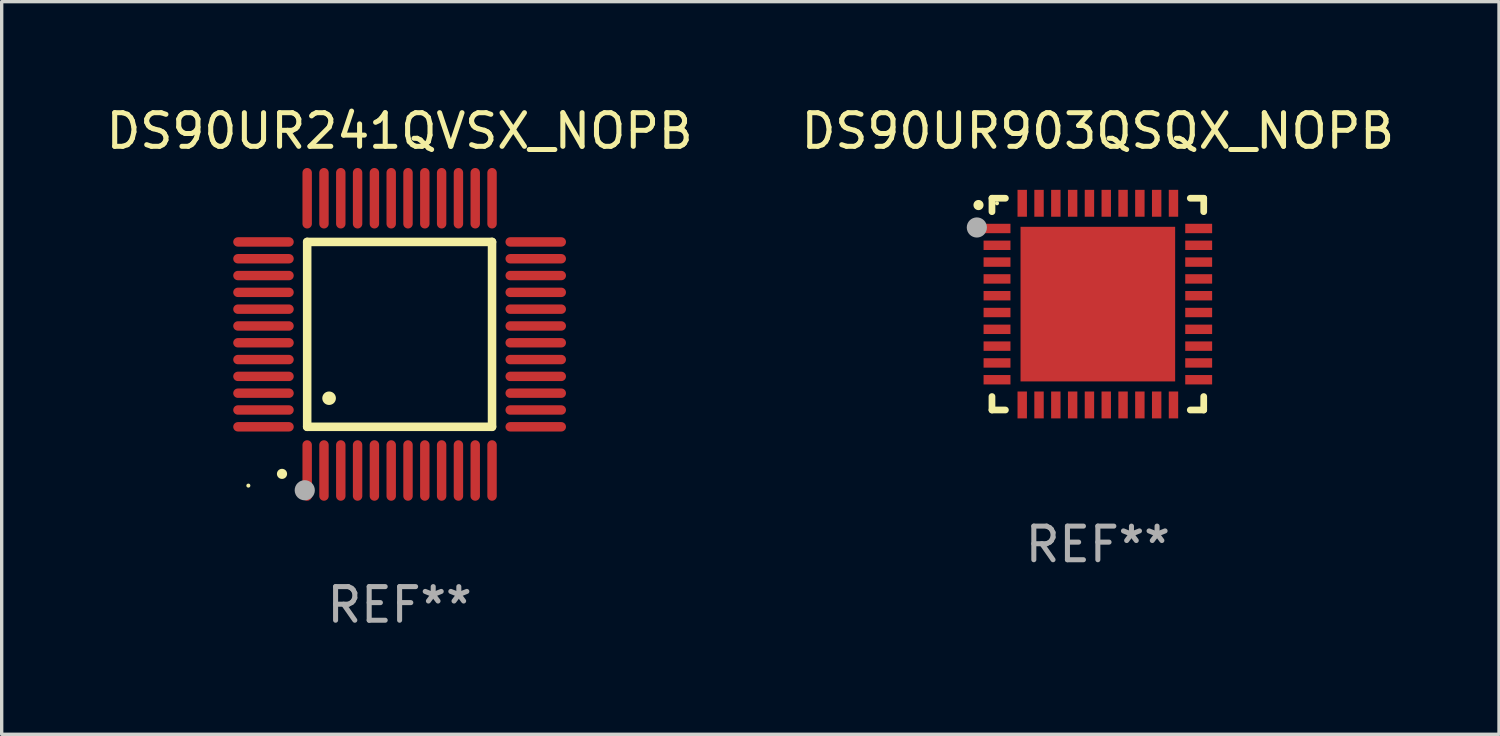
<source format=kicad_pcb>
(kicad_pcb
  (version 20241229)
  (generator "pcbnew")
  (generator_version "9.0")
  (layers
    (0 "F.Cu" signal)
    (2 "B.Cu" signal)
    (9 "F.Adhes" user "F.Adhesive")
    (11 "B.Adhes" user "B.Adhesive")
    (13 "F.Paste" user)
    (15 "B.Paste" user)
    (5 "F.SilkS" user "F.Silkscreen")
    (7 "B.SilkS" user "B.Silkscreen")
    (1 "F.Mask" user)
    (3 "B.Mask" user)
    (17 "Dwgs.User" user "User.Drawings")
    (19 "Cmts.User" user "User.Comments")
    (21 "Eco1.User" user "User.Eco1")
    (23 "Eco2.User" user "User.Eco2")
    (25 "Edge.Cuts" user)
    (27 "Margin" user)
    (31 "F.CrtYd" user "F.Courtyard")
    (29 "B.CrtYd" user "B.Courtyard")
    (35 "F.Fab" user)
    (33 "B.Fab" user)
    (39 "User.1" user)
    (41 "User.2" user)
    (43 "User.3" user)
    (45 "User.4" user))
  (footprint "DS90UR241QVSX_NOPB"
    (layer "F.Cu")
    (at 8.839 6.898)
    (property "Reference" "DS90UR241QVSX_NOPB" (at 0 -6.05 0) (layer "F.SilkS") (effects (font (size 1 1) (thickness 0.15))))
    (attr through_hole)
    (fp_line (start -2.75 -2.75) (end 2.75 -2.75) (stroke (width 0.254) (type solid)) (layer "F.SilkS"))
    (fp_line (start -2.75 2.75) (end -2.75 -2.75) (stroke (width 0.254) (type solid)) (layer "F.SilkS"))
    (fp_line (start 2.75 -2.75) (end 2.75 2.75) (stroke (width 0.254) (type solid)) (layer "F.SilkS"))
    (fp_line (start 2.75 2.75) (end -2.75 2.75) (stroke (width 0.254) (type solid)) (layer "F.SilkS"))
    (fp_arc (start -3.500127 4.150368) (mid -3.498857 4.150363) (end -3.497587 4.150368) (stroke (width 0.3) (type solid)) (layer "F.SilkS"))
    (fp_arc (start -2.100584 1.899924) (mid -2.098044 1.899908) (end -2.095504 1.899924) (stroke (width 0.4) (type solid)) (layer "F.SilkS"))
    (fp_circle (center -4.5 4.5) (end -4.47 4.5) (stroke (width 0.06) (type solid)) (fill no) (layer "F.SilkS"))
    (fp_circle (center -2.822 4.638) (end -2.672 4.638) (stroke (width 0.3) (type solid)) (fill no) (layer "F.Fab"))
    (fp_text user "REF**" (at 0 8.05 0) (layer "F.Fab") (effects (font (size 1 1) (thickness 0.15))))
    (pad "1" smd oval (at -2.75 4.05) (size 0.28 1.8) (layers "F.Cu" "F.Mask" "F.Paste"))
    (pad "2" smd oval (at -2.25 4.05) (size 0.28 1.8) (layers "F.Cu" "F.Mask" "F.Paste"))
    (pad "3" smd oval (at -1.75 4.05) (size 0.28 1.8) (layers "F.Cu" "F.Mask" "F.Paste"))
    (pad "4" smd oval (at -1.25 4.05) (size 0.28 1.8) (layers "F.Cu" "F.Mask" "F.Paste"))
    (pad "5" smd oval (at -0.75 4.05) (size 0.28 1.8) (layers "F.Cu" "F.Mask" "F.Paste"))
    (pad "6" smd oval (at -0.25 4.05) (size 0.28 1.8) (layers "F.Cu" "F.Mask" "F.Paste"))
    (pad "7" smd oval (at 0.25 4.05) (size 0.28 1.8) (layers "F.Cu" "F.Mask" "F.Paste"))
    (pad "8" smd oval (at 0.75 4.05) (size 0.28 1.8) (layers "F.Cu" "F.Mask" "F.Paste"))
    (pad "9" smd oval (at 1.25 4.05) (size 0.28 1.8) (layers "F.Cu" "F.Mask" "F.Paste"))
    (pad "10" smd oval (at 1.75 4.05) (size 0.28 1.8) (layers "F.Cu" "F.Mask" "F.Paste"))
    (pad "11" smd oval (at 2.25 4.05) (size 0.28 1.8) (layers "F.Cu" "F.Mask" "F.Paste"))
    (pad "12" smd oval (at 2.75 4.05) (size 0.28 1.8) (layers "F.Cu" "F.Mask" "F.Paste"))
    (pad "13" smd oval (at 4.05 2.75) (size 1.8 0.28) (layers "F.Cu" "F.Mask" "F.Paste"))
    (pad "14" smd oval (at 4.05 2.25) (size 1.8 0.28) (layers "F.Cu" "F.Mask" "F.Paste"))
    (pad "15" smd oval (at 4.05 1.75) (size 1.8 0.28) (layers "F.Cu" "F.Mask" "F.Paste"))
    (pad "16" smd oval (at 4.05 1.25) (size 1.8 0.28) (layers "F.Cu" "F.Mask" "F.Paste"))
    (pad "17" smd oval (at 4.05 0.75) (size 1.8 0.28) (layers "F.Cu" "F.Mask" "F.Paste"))
    (pad "18" smd oval (at 4.05 0.25) (size 1.8 0.28) (layers "F.Cu" "F.Mask" "F.Paste"))
    (pad "19" smd oval (at 4.05 -0.25) (size 1.8 0.28) (layers "F.Cu" "F.Mask" "F.Paste"))
    (pad "20" smd oval (at 4.05 -0.75) (size 1.8 0.28) (layers "F.Cu" "F.Mask" "F.Paste"))
    (pad "21" smd oval (at 4.05 -1.25) (size 1.8 0.28) (layers "F.Cu" "F.Mask" "F.Paste"))
    (pad "22" smd oval (at 4.05 -1.75) (size 1.8 0.28) (layers "F.Cu" "F.Mask" "F.Paste"))
    (pad "23" smd oval (at 4.05 -2.25) (size 1.8 0.28) (layers "F.Cu" "F.Mask" "F.Paste"))
    (pad "24" smd oval (at 4.05 -2.75) (size 1.8 0.28) (layers "F.Cu" "F.Mask" "F.Paste"))
    (pad "25" smd oval (at 2.75 -4.05) (size 0.28 1.8) (layers "F.Cu" "F.Mask" "F.Paste"))
    (pad "26" smd oval (at 2.25 -4.05) (size 0.28 1.8) (layers "F.Cu" "F.Mask" "F.Paste"))
    (pad "27" smd oval (at 1.75 -4.05) (size 0.28 1.8) (layers "F.Cu" "F.Mask" "F.Paste"))
    (pad "28" smd oval (at 1.25 -4.05) (size 0.28 1.8) (layers "F.Cu" "F.Mask" "F.Paste"))
    (pad "29" smd oval (at 0.75 -4.05) (size 0.28 1.8) (layers "F.Cu" "F.Mask" "F.Paste"))
    (pad "30" smd oval (at 0.25 -4.05) (size 0.28 1.8) (layers "F.Cu" "F.Mask" "F.Paste"))
    (pad "31" smd oval (at -0.25 -4.05) (size 0.28 1.8) (layers "F.Cu" "F.Mask" "F.Paste"))
    (pad "32" smd oval (at -0.75 -4.05) (size 0.28 1.8) (layers "F.Cu" "F.Mask" "F.Paste"))
    (pad "33" smd oval (at -1.25 -4.05) (size 0.28 1.8) (layers "F.Cu" "F.Mask" "F.Paste"))
    (pad "34" smd oval (at -1.75 -4.05) (size 0.28 1.8) (layers "F.Cu" "F.Mask" "F.Paste"))
    (pad "35" smd oval (at -2.25 -4.05) (size 0.28 1.8) (layers "F.Cu" "F.Mask" "F.Paste"))
    (pad "36" smd oval (at -2.75 -4.05) (size 0.28 1.8) (layers "F.Cu" "F.Mask" "F.Paste"))
    (pad "37" smd oval (at -4.05 -2.75) (size 1.8 0.28) (layers "F.Cu" "F.Mask" "F.Paste"))
    (pad "38" smd oval (at -4.05 -2.25) (size 1.8 0.28) (layers "F.Cu" "F.Mask" "F.Paste"))
    (pad "39" smd oval (at -4.05 -1.75) (size 1.8 0.28) (layers "F.Cu" "F.Mask" "F.Paste"))
    (pad "40" smd oval (at -4.05 -1.25) (size 1.8 0.28) (layers "F.Cu" "F.Mask" "F.Paste"))
    (pad "41" smd oval (at -4.05 -0.75) (size 1.8 0.28) (layers "F.Cu" "F.Mask" "F.Paste"))
    (pad "42" smd oval (at -4.05 -0.25) (size 1.8 0.28) (layers "F.Cu" "F.Mask" "F.Paste"))
    (pad "43" smd oval (at -4.05 0.25) (size 1.8 0.28) (layers "F.Cu" "F.Mask" "F.Paste"))
    (pad "44" smd oval (at -4.05 0.75) (size 1.8 0.28) (layers "F.Cu" "F.Mask" "F.Paste"))
    (pad "45" smd oval (at -4.05 1.25) (size 1.8 0.28) (layers "F.Cu" "F.Mask" "F.Paste"))
    (pad "46" smd oval (at -4.05 1.75) (size 1.8 0.28) (layers "F.Cu" "F.Mask" "F.Paste"))
    (pad "47" smd oval (at -4.05 2.25) (size 1.8 0.28) (layers "F.Cu" "F.Mask" "F.Paste"))
    (pad "48" smd oval (at -4.05 2.75) (size 1.8 0.28) (layers "F.Cu" "F.Mask" "F.Paste")))
  (footprint "DS90UR903QSQX_NOPB"
    (layer "F.Cu")
    (at 29.613 5.998)
    (property "Reference" "DS90UR903QSQX_NOPB" (at 0 -5.15 0) (layer "F.SilkS") (effects (font (size 1 1) (thickness 0.15))))
    (attr through_hole)
    (fp_line (start -3.15 -3.15) (end -2.75 -3.15) (stroke (width 0.2) (type solid)) (layer "F.SilkS"))
    (fp_line (start -3.15 -2.75) (end -3.15 -3.15) (stroke (width 0.2) (type solid)) (layer "F.SilkS"))
    (fp_line (start -3.15 3.15) (end -3.15 2.75) (stroke (width 0.2) (type solid)) (layer "F.SilkS"))
    (fp_line (start -2.75 3.15) (end -3.15 3.15) (stroke (width 0.2) (type solid)) (layer "F.SilkS"))
    (fp_line (start 2.75 -3.15) (end 3.15 -3.15) (stroke (width 0.2) (type solid)) (layer "F.SilkS"))
    (fp_line (start 2.75 3.15) (end 3.15 3.15) (stroke (width 0.2) (type solid)) (layer "F.SilkS"))
    (fp_line (start 3.15 -3.15) (end 3.15 -2.75) (stroke (width 0.2) (type solid)) (layer "F.SilkS"))
    (fp_line (start 3.15 3.15) (end 3.15 2.75) (stroke (width 0.2) (type solid)) (layer "F.SilkS"))
    (fp_arc (start -3.550927 -2.946406) (mid -3.550932 -2.947676) (end -3.550927 -2.948946) (stroke (width 0.3) (type solid)) (layer "F.SilkS"))
    (fp_circle (center -3 -3) (end -2.97 -3) (stroke (width 0.06) (type solid)) (fill no) (layer "F.SilkS"))
    (fp_circle (center -3.6 -2.28) (end -3.45 -2.28) (stroke (width 0.3) (type solid)) (fill no) (layer "F.Fab"))
    (fp_text user "REF**" (at 0 7.15 0) (layer "F.Fab") (effects (font (size 1 1) (thickness 0.15))))
    (pad "1" smd rect (at -3 -2.25 90) (size 0.28 0.8) (layers "F.Cu" "F.Mask" "F.Paste"))
    (pad "2" smd rect (at -3 -1.75 90) (size 0.28 0.8) (layers "F.Cu" "F.Mask" "F.Paste"))
    (pad "3" smd rect (at -3 -1.25 90) (size 0.28 0.8) (layers "F.Cu" "F.Mask" "F.Paste"))
    (pad "4" smd rect (at -3 -0.75 90) (size 0.28 0.8) (layers "F.Cu" "F.Mask" "F.Paste"))
    (pad "5" smd rect (at -3 -0.25 90) (size 0.28 0.8) (layers "F.Cu" "F.Mask" "F.Paste"))
    (pad "6" smd rect (at -3 0.25 90) (size 0.28 0.8) (layers "F.Cu" "F.Mask" "F.Paste"))
    (pad "7" smd rect (at -3 0.75 90) (size 0.28 0.8) (layers "F.Cu" "F.Mask" "F.Paste"))
    (pad "8" smd rect (at -3 1.25 90) (size 0.28 0.8) (layers "F.Cu" "F.Mask" "F.Paste"))
    (pad "9" smd rect (at -3 1.75 90) (size 0.28 0.8) (layers "F.Cu" "F.Mask" "F.Paste"))
    (pad "10" smd rect (at -3 2.25 90) (size 0.28 0.8) (layers "F.Cu" "F.Mask" "F.Paste"))
    (pad "11" smd rect (at -2.25 3) (size 0.28 0.8) (layers "F.Cu" "F.Mask" "F.Paste"))
    (pad "12" smd rect (at -1.75 3) (size 0.28 0.8) (layers "F.Cu" "F.Mask" "F.Paste"))
    (pad "13" smd rect (at -1.25 3) (size 0.28 0.8) (layers "F.Cu" "F.Mask" "F.Paste"))
    (pad "14" smd rect (at -0.75 3) (size 0.28 0.8) (layers "F.Cu" "F.Mask" "F.Paste"))
    (pad "15" smd rect (at -0.25 3) (size 0.28 0.8) (layers "F.Cu" "F.Mask" "F.Paste"))
    (pad "16" smd rect (at 0.25 3) (size 0.28 0.8) (layers "F.Cu" "F.Mask" "F.Paste"))
    (pad "17" smd rect (at 0.75 3) (size 0.28 0.8) (layers "F.Cu" "F.Mask" "F.Paste"))
    (pad "18" smd rect (at 1.25 3) (size 0.28 0.8) (layers "F.Cu" "F.Mask" "F.Paste"))
    (pad "19" smd rect (at 1.75 3) (size 0.28 0.8) (layers "F.Cu" "F.Mask" "F.Paste"))
    (pad "20" smd rect (at 2.25 3) (size 0.28 0.8) (layers "F.Cu" "F.Mask" "F.Paste"))
    (pad "21" smd rect (at 3 2.25 90) (size 0.28 0.8) (layers "F.Cu" "F.Mask" "F.Paste"))
    (pad "22" smd rect (at 3 1.75 90) (size 0.28 0.8) (layers "F.Cu" "F.Mask" "F.Paste"))
    (pad "23" smd rect (at 3 1.25 90) (size 0.28 0.8) (layers "F.Cu" "F.Mask" "F.Paste"))
    (pad "24" smd rect (at 3 0.75 90) (size 0.28 0.8) (layers "F.Cu" "F.Mask" "F.Paste"))
    (pad "25" smd rect (at 3 0.25 90) (size 0.28 0.8) (layers "F.Cu" "F.Mask" "F.Paste"))
    (pad "26" smd rect (at 3 -0.25 90) (size 0.28 0.8) (layers "F.Cu" "F.Mask" "F.Paste"))
    (pad "27" smd rect (at 3 -0.75 90) (size 0.28 0.8) (layers "F.Cu" "F.Mask" "F.Paste"))
    (pad "28" smd rect (at 3 -1.25 90) (size 0.28 0.8) (layers "F.Cu" "F.Mask" "F.Paste"))
    (pad "29" smd rect (at 3 -1.75 90) (size 0.28 0.8) (layers "F.Cu" "F.Mask" "F.Paste"))
    (pad "30" smd rect (at 3 -2.25 90) (size 0.28 0.8) (layers "F.Cu" "F.Mask" "F.Paste"))
    (pad "31" smd rect (at 2.25 -3) (size 0.28 0.8) (layers "F.Cu" "F.Mask" "F.Paste"))
    (pad "32" smd rect (at 1.75 -3) (size 0.28 0.8) (layers "F.Cu" "F.Mask" "F.Paste"))
    (pad "33" smd rect (at 1.25 -3) (size 0.28 0.8) (layers "F.Cu" "F.Mask" "F.Paste"))
    (pad "34" smd rect (at 0.75 -3) (size 0.28 0.8) (layers "F.Cu" "F.Mask" "F.Paste"))
    (pad "35" smd rect (at 0.25 -3) (size 0.28 0.8) (layers "F.Cu" "F.Mask" "F.Paste"))
    (pad "36" smd rect (at -0.25 -3) (size 0.28 0.8) (layers "F.Cu" "F.Mask" "F.Paste"))
    (pad "37" smd rect (at -0.75 -3) (size 0.28 0.8) (layers "F.Cu" "F.Mask" "F.Paste"))
    (pad "38" smd rect (at -1.25 -3) (size 0.28 0.8) (layers "F.Cu" "F.Mask" "F.Paste"))
    (pad "39" smd rect (at -1.75 -3) (size 0.28 0.8) (layers "F.Cu" "F.Mask" "F.Paste"))
    (pad "40" smd rect (at -2.25 -3) (size 0.28 0.8) (layers "F.Cu" "F.Mask" "F.Paste"))
    (pad "41" smd rect (at -0.000102 0) (size 4.6 4.6) (layers "F.Cu" "F.Mask" "F.Paste")))
  (gr_rect
    (start -3 -3)
    (end 41.548 18.797)
    (stroke (width 0.1) (type default))
    (fill no)
    (layer "Edge.Cuts")))
</source>
